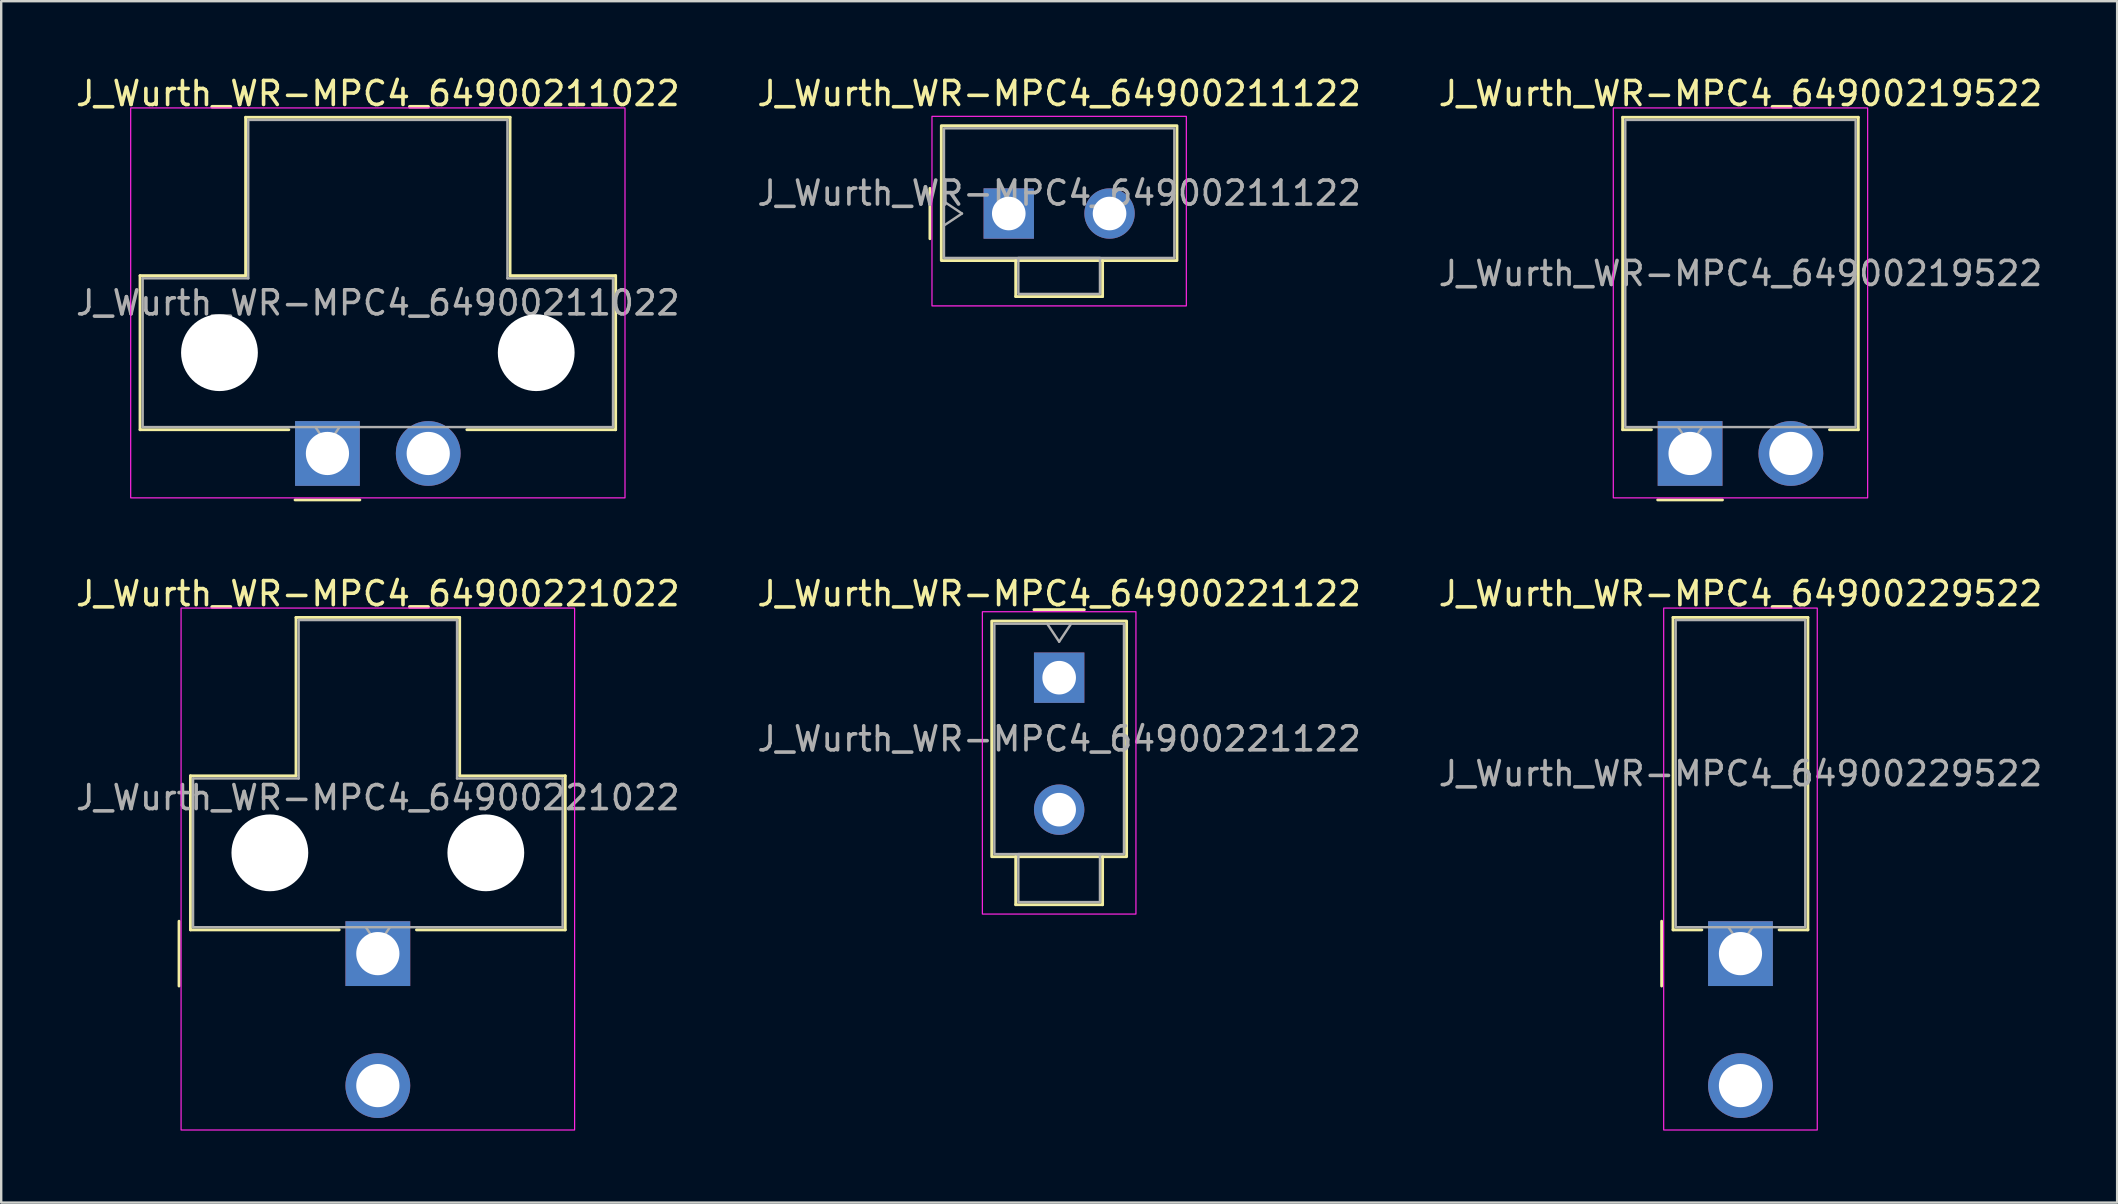
<source format=kicad_pcb>
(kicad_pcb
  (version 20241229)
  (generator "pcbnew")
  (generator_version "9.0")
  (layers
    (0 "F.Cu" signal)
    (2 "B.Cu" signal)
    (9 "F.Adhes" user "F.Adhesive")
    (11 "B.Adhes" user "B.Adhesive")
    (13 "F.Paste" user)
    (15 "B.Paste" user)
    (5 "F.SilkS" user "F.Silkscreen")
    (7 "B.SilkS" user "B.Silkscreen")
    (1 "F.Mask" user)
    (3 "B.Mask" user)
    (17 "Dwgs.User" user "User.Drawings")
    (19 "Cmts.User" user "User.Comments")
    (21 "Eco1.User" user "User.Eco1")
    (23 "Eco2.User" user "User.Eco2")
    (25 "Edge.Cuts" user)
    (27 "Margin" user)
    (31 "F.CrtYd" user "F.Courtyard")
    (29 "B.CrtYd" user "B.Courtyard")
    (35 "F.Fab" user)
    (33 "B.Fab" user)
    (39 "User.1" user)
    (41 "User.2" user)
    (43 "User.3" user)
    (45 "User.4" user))
  (footprint "J_Wurth_WR-MPC4_64900211022"
    (layer "F.Cu")
    (at 10.596 15.848)
    (property "Reference" "J_Wurth_WR-MPC4_64900211022" (at 2.1 -15 0) (unlocked yes) (layer "F.SilkS") (effects (font (size 1 1) (thickness 0.15))))
    (attr through_hole)
    (fp_line (start -7.81 -7.41) (end -3.41 -7.41) (stroke (width 0.12) (type default)) (layer "F.SilkS"))
    (fp_line (start -7.81 -0.99) (end -7.81 -7.41) (stroke (width 0.12) (type default)) (layer "F.SilkS"))
    (fp_line (start -7.81 -0.99) (end -1.61 -0.99) (stroke (width 0.12) (type solid)) (layer "F.SilkS"))
    (fp_line (start -3.41 -14.01) (end -3.41 -7.41) (stroke (width 0.12) (type solid)) (layer "F.SilkS"))
    (fp_line (start -1.35 1.935) (end 1.35 1.935) (stroke (width 0.12) (type solid)) (layer "F.SilkS"))
    (fp_line (start 5.81 -0.99) (end 12.01 -0.99) (stroke (width 0.12) (type solid)) (layer "F.SilkS"))
    (fp_line (start 7.61 -14.01) (end -3.41 -14.01) (stroke (width 0.12) (type solid)) (layer "F.SilkS"))
    (fp_line (start 7.61 -7.41) (end 7.61 -14.01) (stroke (width 0.12) (type solid)) (layer "F.SilkS"))
    (fp_line (start 12.01 -7.41) (end 7.61 -7.41) (stroke (width 0.12) (type default)) (layer "F.SilkS"))
    (fp_line (start 12.01 -0.99) (end 12.01 -7.41) (stroke (width 0.12) (type default)) (layer "F.SilkS"))
    (fp_rect (start -8.2 -14.4) (end 12.4 1.85) (stroke (width 0.05) (type solid)) (fill no) (layer "F.CrtYd"))
    (fp_line (start -7.7 -1.1) (end -7.7 -7.3) (stroke (width 0.1) (type default)) (layer "F.Fab"))
    (fp_line (start -7.7 -1.1) (end 11.9 -1.1) (stroke (width 0.1) (type solid)) (layer "F.Fab"))
    (fp_line (start -3.3 -13.9) (end -3.3 -7.3) (stroke (width 0.1) (type solid)) (layer "F.Fab"))
    (fp_line (start -3.3 -7.3) (end -7.7 -7.3) (stroke (width 0.1) (type default)) (layer "F.Fab"))
    (fp_line (start 0 -0.35) (end -0.5 -1.1) (stroke (width 0.1) (type solid)) (layer "F.Fab"))
    (fp_line (start 0 -0.35) (end 0.5 -1.1) (stroke (width 0.1) (type solid)) (layer "F.Fab"))
    (fp_line (start 7.5 -13.9) (end -3.3 -13.9) (stroke (width 0.1) (type default)) (layer "F.Fab"))
    (fp_line (start 7.5 -7.3) (end 7.5 -13.9) (stroke (width 0.1) (type solid)) (layer "F.Fab"))
    (fp_line (start 7.5 -7.3) (end 11.9 -7.3) (stroke (width 0.1) (type default)) (layer "F.Fab"))
    (fp_line (start 11.9 -1.1) (end 11.9 -7.3) (stroke (width 0.1) (type default)) (layer "F.Fab"))
    (fp_text user "${REFERENCE}" (at 2.1 -6.275 0) (unlocked yes) (layer "F.Fab") (effects (font (size 1 1) (thickness 0.15))))
    (pad "" np_thru_hole circle (at -4.5 -4.2) (size 3.2 3.2) (drill 3.2) (layers "*.Cu" "*.Mask"))
    (pad "" np_thru_hole circle (at 8.7 -4.2) (size 3.2 3.2) (drill 3.2) (layers "*.Cu" "*.Mask"))
    (pad "1" thru_hole rect (at 0 0 180) (size 2.7 2.7) (drill 1.8) (layers "*.Cu" "*.Mask"))
    (pad "2" thru_hole circle (at 4.2 0 180) (size 2.7 2.7) (drill 1.8) (layers "*.Cu" "*.Mask")))
  (footprint "J_Wurth_WR-MPC4_64900229522"
    (layer "F.Cu")
    (at 69.482 36.691)
    (property "Reference" "J_Wurth_WR-MPC4_64900229522" (at 0 -15 0) (unlocked yes) (layer "F.SilkS") (effects (font (size 1 1) (thickness 0.15))))
    (attr through_hole)
    (fp_line (start -3.285 -1.35) (end -3.285 1.35) (stroke (width 0.12) (type solid)) (layer "F.SilkS"))
    (fp_line (start -2.81 -14.01) (end 2.81 -14.01) (stroke (width 0.12) (type default)) (layer "F.SilkS"))
    (fp_line (start -2.81 -0.99) (end -2.81 -14.01) (stroke (width 0.12) (type default)) (layer "F.SilkS"))
    (fp_line (start -1.61 -0.99) (end -2.81 -0.99) (stroke (width 0.12) (type solid)) (layer "F.SilkS"))
    (fp_line (start 2.81 -14.01) (end 2.81 -0.99) (stroke (width 0.12) (type default)) (layer "F.SilkS"))
    (fp_line (start 2.81 -0.99) (end 1.61 -0.99) (stroke (width 0.12) (type solid)) (layer "F.SilkS"))
    (fp_rect (start -3.2 -14.4) (end 3.2 7.35) (stroke (width 0.05) (type solid)) (fill no) (layer "F.CrtYd"))
    (fp_line (start 0 -0.35) (end -0.5 -1.1) (stroke (width 0.1) (type solid)) (layer "F.Fab"))
    (fp_line (start 0 -0.35) (end 0.5 -1.1) (stroke (width 0.1) (type solid)) (layer "F.Fab"))
    (fp_rect (start -2.7 -13.9) (end 2.7 -1.1) (stroke (width 0.1) (type solid)) (fill no) (layer "F.Fab"))
    (fp_text user "${REFERENCE}" (at 0 -7.5 0) (unlocked yes) (layer "F.Fab") (effects (font (size 1 1) (thickness 0.15))))
    (pad "1" thru_hole rect (at 0 0 180) (size 2.7 2.7) (drill 1.8) (layers "*.Cu" "*.Mask"))
    (pad "2" thru_hole circle (at 0 5.5 180) (size 2.7 2.7) (drill 1.8) (layers "*.Cu" "*.Mask")))
  (footprint "J_Wurth_WR-MPC4_64900211122"
    (layer "F.Cu")
    (at 38.989 5.848)
    (property "Reference" "J_Wurth_WR-MPC4_64900211122" (at 2.1 -5 0) (unlocked yes) (layer "F.SilkS") (effects (font (size 1 1) (thickness 0.15))))
    (attr through_hole)
    (fp_line (start -3.285 -1.05) (end -3.285 1.05) (stroke (width 0.12) (type solid)) (layer "F.SilkS"))
    (fp_line (start 0.29 3.46) (end 0.29 1.96) (stroke (width 0.12) (type default)) (layer "F.SilkS"))
    (fp_line (start 3.91 1.96) (end 3.91 3.46) (stroke (width 0.12) (type default)) (layer "F.SilkS"))
    (fp_line (start 3.91 3.46) (end 0.29 3.46) (stroke (width 0.12) (type default)) (layer "F.SilkS"))
    (fp_rect (start -2.81 -3.66) (end 7.01 1.96) (stroke (width 0.12) (type default)) (fill no) (layer "F.SilkS"))
    (fp_rect (start -3.2 -4.05) (end 7.4 3.85) (stroke (width 0.05) (type solid)) (fill no) (layer "F.CrtYd"))
    (fp_line (start -1.95 0) (end -2.7 -0.5) (stroke (width 0.1) (type solid)) (layer "F.Fab"))
    (fp_line (start -1.95 0) (end -2.7 0.5) (stroke (width 0.1) (type solid)) (layer "F.Fab"))
    (fp_rect (start -2.7 -3.55) (end 6.9 1.85) (stroke (width 0.1) (type solid)) (fill no) (layer "F.Fab"))
    (fp_rect (start 0.4 1.85) (end 3.8 3.35) (stroke (width 0.1) (type solid)) (fill no) (layer "F.Fab"))
    (fp_text user "${REFERENCE}" (at 2.1 -0.85 0) (unlocked yes) (layer "F.Fab") (effects (font (size 1 1) (thickness 0.15))))
    (pad "1" thru_hole rect (at 0 0 180) (size 2.1 2.1) (drill 1.4) (layers "*.Cu" "*.Mask"))
    (pad "2" thru_hole circle (at 4.2 0 180) (size 2.1 2.1) (drill 1.4) (layers "*.Cu" "*.Mask")))
  (footprint "J_Wurth_WR-MPC4_64900219522"
    (layer "F.Cu")
    (at 67.382 15.848)
    (property "Reference" "J_Wurth_WR-MPC4_64900219522" (at 2.1 -15 0) (unlocked yes) (layer "F.SilkS") (effects (font (size 1 1) (thickness 0.15))))
    (attr through_hole)
    (fp_line (start -2.81 -14.01) (end 7.01 -14.01) (stroke (width 0.12) (type default)) (layer "F.SilkS"))
    (fp_line (start -2.81 -0.99) (end -2.81 -14.01) (stroke (width 0.12) (type default)) (layer "F.SilkS"))
    (fp_line (start -1.61 -0.99) (end -2.81 -0.99) (stroke (width 0.12) (type solid)) (layer "F.SilkS"))
    (fp_line (start -1.35 1.935) (end 1.35 1.935) (stroke (width 0.12) (type solid)) (layer "F.SilkS"))
    (fp_line (start 7.01 -14.01) (end 7.01 -0.99) (stroke (width 0.12) (type default)) (layer "F.SilkS"))
    (fp_line (start 7.01 -0.99) (end 5.81 -0.99) (stroke (width 0.12) (type solid)) (layer "F.SilkS"))
    (fp_rect (start -3.2 -14.4) (end 7.4 1.85) (stroke (width 0.05) (type solid)) (fill no) (layer "F.CrtYd"))
    (fp_line (start 0 -0.35) (end -0.5 -1.1) (stroke (width 0.1) (type solid)) (layer "F.Fab"))
    (fp_line (start 0 -0.35) (end 0.5 -1.1) (stroke (width 0.1) (type solid)) (layer "F.Fab"))
    (fp_rect (start -2.7 -13.9) (end 6.9 -1.1) (stroke (width 0.1) (type solid)) (fill no) (layer "F.Fab"))
    (fp_text user "${REFERENCE}" (at 2.1 -7.5 0) (unlocked yes) (layer "F.Fab") (effects (font (size 1 1) (thickness 0.15))))
    (pad "1" thru_hole rect (at 0 0 180) (size 2.7 2.7) (drill 1.8) (layers "*.Cu" "*.Mask"))
    (pad "2" thru_hole circle (at 4.2 0 180) (size 2.7 2.7) (drill 1.8) (layers "*.Cu" "*.Mask")))
  (footprint "J_Wurth_WR-MPC4_64900221122"
    (layer "F.Cu")
    (at 41.089 25.192)
    (property "Reference" "J_Wurth_WR-MPC4_64900221122" (at 0 -3.5 0) (unlocked yes) (layer "F.SilkS") (effects (font (size 1 1) (thickness 0.15))))
    (attr through_hole)
    (fp_line (start -1.81 9.46) (end -1.81 7.46) (stroke (width 0.12) (type default)) (layer "F.SilkS"))
    (fp_line (start 1.05 -2.835) (end -1.05 -2.835) (stroke (width 0.12) (type solid)) (layer "F.SilkS"))
    (fp_line (start 1.81 7.46) (end 1.81 9.46) (stroke (width 0.12) (type default)) (layer "F.SilkS"))
    (fp_line (start 1.81 9.46) (end -1.81 9.46) (stroke (width 0.12) (type default)) (layer "F.SilkS"))
    (fp_rect (start -2.81 -2.36) (end 2.81 7.46) (stroke (width 0.12) (type solid)) (fill no) (layer "F.SilkS"))
    (fp_rect (start -3.2 -2.75) (end 3.2 9.85) (stroke (width 0.05) (type solid)) (fill no) (layer "F.CrtYd"))
    (fp_line (start 0 -1.5) (end -0.5 -2.25) (stroke (width 0.1) (type solid)) (layer "F.Fab"))
    (fp_line (start 0 -1.5) (end 0.5 -2.25) (stroke (width 0.1) (type solid)) (layer "F.Fab"))
    (fp_rect (start -2.7 -2.25) (end 2.7 7.35) (stroke (width 0.1) (type solid)) (fill no) (layer "F.Fab"))
    (fp_rect (start -1.7 7.35) (end 1.7 9.35) (stroke (width 0.1) (type solid)) (fill no) (layer "F.Fab"))
    (fp_text user "${REFERENCE}" (at 0 2.55 0) (unlocked yes) (layer "F.Fab") (effects (font (size 1 1) (thickness 0.15))))
    (pad "1" thru_hole rect (at 0 0 180) (size 2.1 2.1) (drill 1.4) (layers "*.Cu" "*.Mask"))
    (pad "2" thru_hole circle (at 0 5.5 180) (size 2.1 2.1) (drill 1.4) (layers "*.Cu" "*.Mask")))
  (footprint "J_Wurth_WR-MPC4_64900221022"
    (layer "F.Cu")
    (at 12.696 36.691)
    (property "Reference" "J_Wurth_WR-MPC4_64900221022" (at 0 -15 0) (unlocked yes) (layer "F.SilkS") (effects (font (size 1 1) (thickness 0.15))))
    (attr through_hole)
    (fp_line (start -8.285 -1.35) (end -8.285 1.35) (stroke (width 0.12) (type solid)) (layer "F.SilkS"))
    (fp_line (start -7.81 -7.41) (end -3.41 -7.41) (stroke (width 0.12) (type default)) (layer "F.SilkS"))
    (fp_line (start -7.81 -0.99) (end -7.81 -7.41) (stroke (width 0.12) (type default)) (layer "F.SilkS"))
    (fp_line (start -7.81 -0.99) (end -1.61 -0.99) (stroke (width 0.12) (type solid)) (layer "F.SilkS"))
    (fp_line (start -3.41 -14.01) (end -3.41 -7.41) (stroke (width 0.12) (type solid)) (layer "F.SilkS"))
    (fp_line (start 1.61 -0.99) (end 7.81 -0.99) (stroke (width 0.12) (type solid)) (layer "F.SilkS"))
    (fp_line (start 3.41 -14.01) (end -3.41 -14.01) (stroke (width 0.12) (type solid)) (layer "F.SilkS"))
    (fp_line (start 3.41 -7.41) (end 3.41 -14.01) (stroke (width 0.12) (type solid)) (layer "F.SilkS"))
    (fp_line (start 7.81 -7.41) (end 3.41 -7.41) (stroke (width 0.12) (type default)) (layer "F.SilkS"))
    (fp_line (start 7.81 -0.99) (end 7.81 -7.41) (stroke (width 0.12) (type default)) (layer "F.SilkS"))
    (fp_rect (start -8.2 -14.4) (end 8.2 7.35) (stroke (width 0.05) (type solid)) (fill no) (layer "F.CrtYd"))
    (fp_line (start -7.7 -1.1) (end -7.7 -7.3) (stroke (width 0.1) (type default)) (layer "F.Fab"))
    (fp_line (start -7.7 -1.1) (end 7.7 -1.1) (stroke (width 0.1) (type solid)) (layer "F.Fab"))
    (fp_line (start -3.3 -13.9) (end -3.3 -7.3) (stroke (width 0.1) (type solid)) (layer "F.Fab"))
    (fp_line (start -3.3 -7.3) (end -7.7 -7.3) (stroke (width 0.1) (type default)) (layer "F.Fab"))
    (fp_line (start 0 -0.35) (end -0.5 -1.1) (stroke (width 0.1) (type solid)) (layer "F.Fab"))
    (fp_line (start 0 -0.35) (end 0.5 -1.1) (stroke (width 0.1) (type solid)) (layer "F.Fab"))
    (fp_line (start 3.3 -13.9) (end -3.3 -13.9) (stroke (width 0.1) (type default)) (layer "F.Fab"))
    (fp_line (start 3.3 -7.3) (end 3.3 -13.9) (stroke (width 0.1) (type solid)) (layer "F.Fab"))
    (fp_line (start 3.3 -7.3) (end 7.7 -7.3) (stroke (width 0.1) (type default)) (layer "F.Fab"))
    (fp_line (start 7.7 -1.1) (end 7.7 -7.3) (stroke (width 0.1) (type default)) (layer "F.Fab"))
    (fp_text user "${REFERENCE}" (at 0 -6.5 0) (unlocked yes) (layer "F.Fab") (effects (font (size 1 1) (thickness 0.15))))
    (pad "" np_thru_hole circle (at -4.5 -4.2) (size 3.2 3.2) (drill 3.2) (layers "*.Cu" "*.Mask"))
    (pad "" np_thru_hole circle (at 4.5 -4.2) (size 3.2 3.2) (drill 3.2) (layers "*.Cu" "*.Mask"))
    (pad "1" thru_hole rect (at 0 0 180) (size 2.7 2.7) (drill 1.8) (layers "*.Cu" "*.Mask"))
    (pad "2" thru_hole circle (at 0 5.5 180) (size 2.7 2.7) (drill 1.8) (layers "*.Cu" "*.Mask")))
  (gr_rect
    (start -3 -3)
    (end 85.179 47.066)
    (stroke (width 0.1) (type default))
    (fill no)
    (layer "Edge.Cuts")))
</source>
